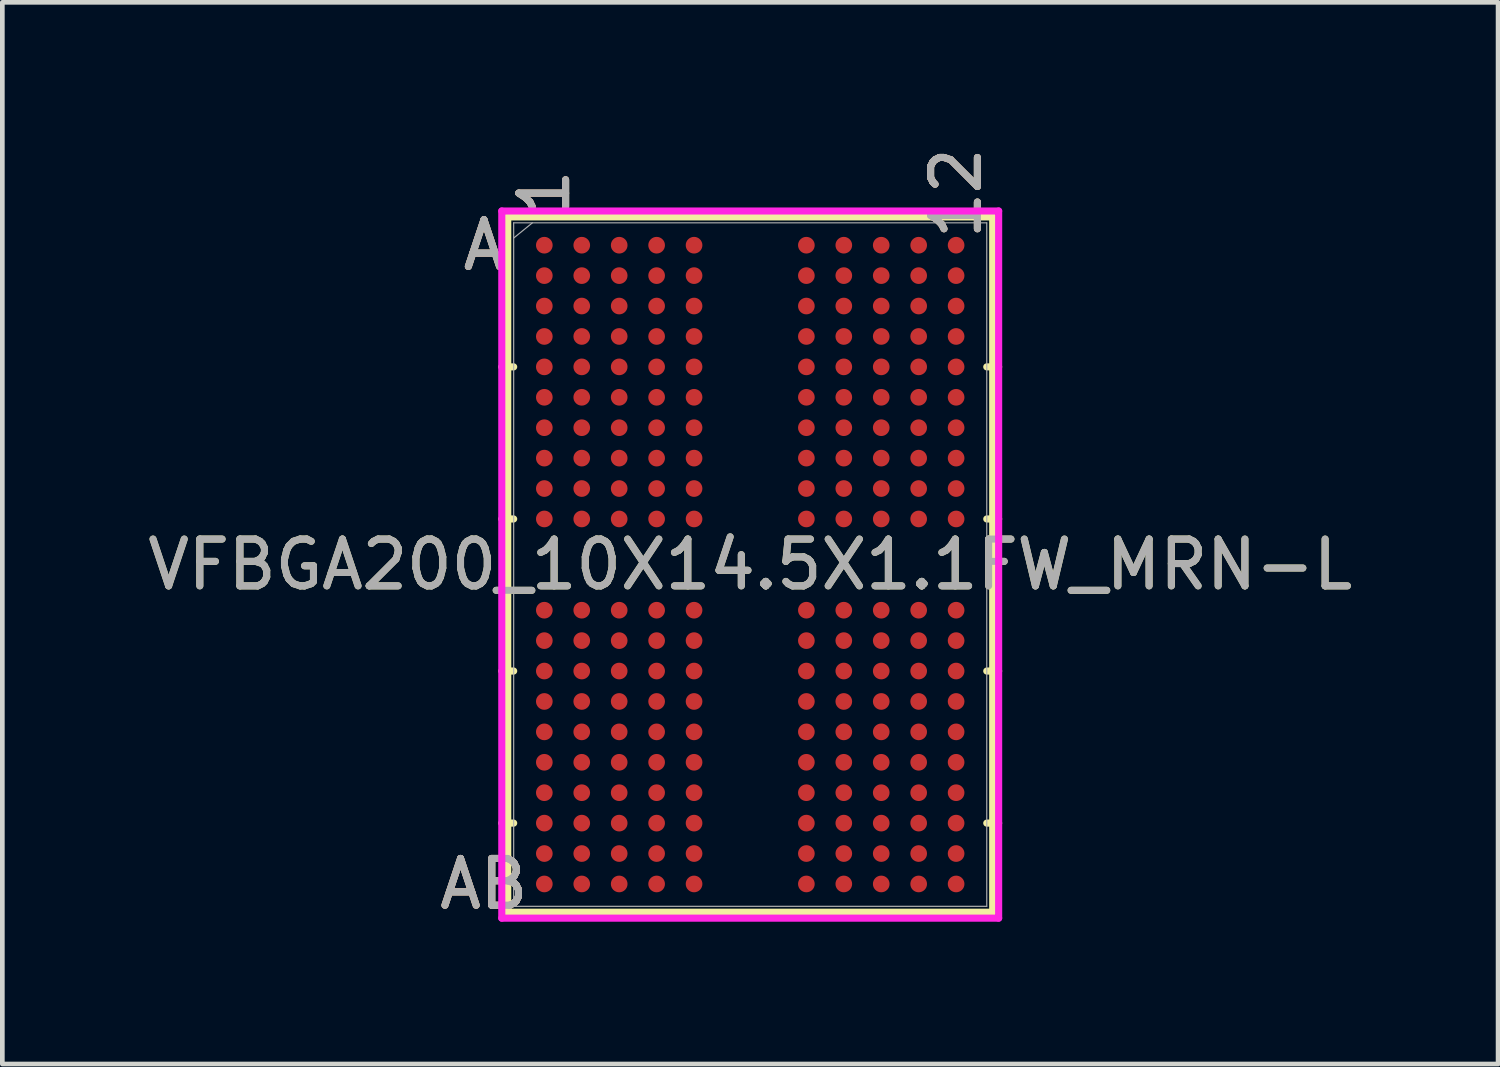
<source format=kicad_pcb>
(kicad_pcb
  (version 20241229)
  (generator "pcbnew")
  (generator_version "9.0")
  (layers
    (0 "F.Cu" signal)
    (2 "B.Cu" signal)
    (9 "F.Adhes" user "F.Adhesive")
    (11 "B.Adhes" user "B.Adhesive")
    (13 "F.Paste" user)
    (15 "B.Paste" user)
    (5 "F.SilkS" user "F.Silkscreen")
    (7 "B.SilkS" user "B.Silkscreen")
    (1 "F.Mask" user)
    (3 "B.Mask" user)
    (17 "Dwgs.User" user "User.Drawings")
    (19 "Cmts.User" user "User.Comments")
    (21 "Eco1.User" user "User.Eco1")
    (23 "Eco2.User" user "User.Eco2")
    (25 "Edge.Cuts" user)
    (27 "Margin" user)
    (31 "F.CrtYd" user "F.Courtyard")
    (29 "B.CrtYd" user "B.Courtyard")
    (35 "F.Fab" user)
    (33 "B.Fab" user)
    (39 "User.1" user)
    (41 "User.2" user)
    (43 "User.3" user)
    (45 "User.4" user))
  (footprint "VFBGA200_10X14.5X1.1FW_MRN-L"
    (layer "F.Cu")
    (at 12.982 9.015)
    (property "Reference" "VFBGA200_10X14.5X1.1FW_MRN-L" (at 0 0 0) (unlocked yes) (layer "F.SilkS") (effects (font (size 1 1) (thickness 0.15))))
    (attr smd)
    (fp_line (start -5.182 -7.429) (end -5.182 7.429) (stroke (width 0.152) (type solid)) (layer "F.SilkS"))
    (fp_line (start -5.182 7.429) (end 5.182 7.429) (stroke (width 0.152) (type solid)) (layer "F.SilkS"))
    (fp_line (start -5.055 -4.225) (end -5.309 -4.225) (stroke (width 0.152) (type solid)) (layer "F.SilkS"))
    (fp_line (start -5.055 -0.975) (end -5.309 -0.975) (stroke (width 0.152) (type solid)) (layer "F.SilkS"))
    (fp_line (start -5.055 2.275) (end -5.309 2.275) (stroke (width 0.152) (type solid)) (layer "F.SilkS"))
    (fp_line (start -5.055 5.525) (end -5.309 5.525) (stroke (width 0.152) (type solid)) (layer "F.SilkS"))
    (fp_line (start 5.055 -4.225) (end 5.309 -4.225) (stroke (width 0.152) (type solid)) (layer "F.SilkS"))
    (fp_line (start 5.055 -0.975) (end 5.309 -0.975) (stroke (width 0.152) (type solid)) (layer "F.SilkS"))
    (fp_line (start 5.055 2.275) (end 5.309 2.275) (stroke (width 0.152) (type solid)) (layer "F.SilkS"))
    (fp_line (start 5.055 5.525) (end 5.309 5.525) (stroke (width 0.152) (type solid)) (layer "F.SilkS"))
    (fp_line (start 5.182 -7.429) (end -5.182 -7.429) (stroke (width 0.152) (type solid)) (layer "F.SilkS"))
    (fp_line (start 5.182 7.429) (end 5.182 -7.429) (stroke (width 0.152) (type solid)) (layer "F.SilkS"))
    (fp_poly (pts (xy -5.245 -7.595) (xy 5.245 -7.595) (xy 5.245 7.595) (xy -5.245 7.595)) (stroke (width 0.1) (type solid)) (fill no) (layer "Eco2.User"))
    (fp_line (start -5.309 -7.556) (end 5.309 -7.556) (stroke (width 0.152) (type solid)) (layer "F.CrtYd"))
    (fp_line (start -5.309 7.556) (end -5.309 -7.556) (stroke (width 0.152) (type solid)) (layer "F.CrtYd"))
    (fp_line (start 5.309 -7.556) (end 5.309 7.556) (stroke (width 0.152) (type solid)) (layer "F.CrtYd"))
    (fp_line (start 5.309 7.556) (end -5.309 7.556) (stroke (width 0.152) (type solid)) (layer "F.CrtYd"))
    (fp_line (start -5.055 -7.303) (end -5.055 7.303) (stroke (width 0.025) (type solid)) (layer "F.Fab"))
    (fp_line (start -5.055 7.303) (end 5.055 7.303) (stroke (width 0.025) (type solid)) (layer "F.Fab"))
    (fp_line (start -4.655 -7.303) (end -5.055 -6.978) (stroke (width 0.025) (type solid)) (layer "F.Fab"))
    (fp_line (start 5.055 -7.303) (end -5.055 -7.303) (stroke (width 0.025) (type solid)) (layer "F.Fab"))
    (fp_line (start 5.055 7.303) (end 5.055 -7.303) (stroke (width 0.025) (type solid)) (layer "F.Fab"))
    (fp_text user "1" (at -4.4 -7.938 90) (unlocked yes) (layer "F.SilkS") (effects (font (size 1 1) (thickness 0.15))))
    (fp_text user "A" (at -5.69 -6.825 0) (unlocked yes) (layer "F.SilkS") (effects (font (size 1 1) (thickness 0.15))))
    (fp_text user "AB" (at -5.69 6.825 0) (unlocked yes) (layer "F.SilkS") (effects (font (size 1 1) (thickness 0.15))))
    (fp_text user "12" (at 4.4 -7.938 90) (unlocked yes) (layer "F.SilkS") (effects (font (size 1 1) (thickness 0.15))))
    (fp_text user "1" (at -4.4 -7.938 90) (unlocked yes) (layer "B.SilkS") (effects (font (size 1 1) (thickness 0.15))))
    (fp_text user "A" (at -5.69 -6.825 0) (unlocked yes) (layer "B.SilkS") (effects (font (size 1 1) (thickness 0.15))))
    (fp_text user "AB" (at -5.69 6.825 0) (unlocked yes) (layer "B.SilkS") (effects (font (size 1 1) (thickness 0.15))))
    (fp_text user "12" (at 4.4 -7.938 90) (unlocked yes) (layer "B.SilkS") (effects (font (size 1 1) (thickness 0.15))))
    (fp_text user "12" (at 4.4 -7.938 90) (unlocked yes) (layer "F.Fab") (effects (font (size 1 1) (thickness 0.15))))
    (fp_text user "1" (at -4.4 -7.938 90) (unlocked yes) (layer "F.Fab") (effects (font (size 1 1) (thickness 0.15))))
    (fp_text user "AB" (at -5.69 6.825 0) (unlocked yes) (layer "F.Fab") (effects (font (size 1 1) (thickness 0.15))))
    (fp_text user "A" (at -5.69 -6.825 0) (unlocked yes) (layer "F.Fab") (effects (font (size 1 1) (thickness 0.15))))
    (fp_text user "${REFERENCE}" (at 0 0 0) (unlocked yes) (layer "F.Fab") (effects (font (size 1 1) (thickness 0.15))))
    (pad "A1" smd circle (at -4.4 -6.825) (size 0.356 0.356) (layers "F.Cu" "F.Mask" "F.Paste"))
    (pad "A2" smd circle (at -3.6 -6.825) (size 0.356 0.356) (layers "F.Cu" "F.Mask" "F.Paste"))
    (pad "A3" smd circle (at -2.8 -6.825) (size 0.356 0.356) (layers "F.Cu" "F.Mask" "F.Paste"))
    (pad "A4" smd circle (at -2 -6.825) (size 0.356 0.356) (layers "F.Cu" "F.Mask" "F.Paste"))
    (pad "A5" smd circle (at -1.2 -6.825) (size 0.356 0.356) (layers "F.Cu" "F.Mask" "F.Paste"))
    (pad "A8" smd circle (at 1.2 -6.825) (size 0.356 0.356) (layers "F.Cu" "F.Mask" "F.Paste"))
    (pad "A9" smd circle (at 2 -6.825) (size 0.356 0.356) (layers "F.Cu" "F.Mask" "F.Paste"))
    (pad "A10" smd circle (at 2.8 -6.825) (size 0.356 0.356) (layers "F.Cu" "F.Mask" "F.Paste"))
    (pad "A11" smd circle (at 3.6 -6.825) (size 0.356 0.356) (layers "F.Cu" "F.Mask" "F.Paste"))
    (pad "A12" smd circle (at 4.4 -6.825) (size 0.356 0.356) (layers "F.Cu" "F.Mask" "F.Paste"))
    (pad "AA1" smd circle (at -4.4 6.175) (size 0.356 0.356) (layers "F.Cu" "F.Mask" "F.Paste"))
    (pad "AA2" smd circle (at -3.6 6.175) (size 0.356 0.356) (layers "F.Cu" "F.Mask" "F.Paste"))
    (pad "AA3" smd circle (at -2.8 6.175) (size 0.356 0.356) (layers "F.Cu" "F.Mask" "F.Paste"))
    (pad "AA4" smd circle (at -2 6.175) (size 0.356 0.356) (layers "F.Cu" "F.Mask" "F.Paste"))
    (pad "AA5" smd circle (at -1.2 6.175) (size 0.356 0.356) (layers "F.Cu" "F.Mask" "F.Paste"))
    (pad "AA8" smd circle (at 1.2 6.175) (size 0.356 0.356) (layers "F.Cu" "F.Mask" "F.Paste"))
    (pad "AA9" smd circle (at 2 6.175) (size 0.356 0.356) (layers "F.Cu" "F.Mask" "F.Paste"))
    (pad "AA10" smd circle (at 2.8 6.175) (size 0.356 0.356) (layers "F.Cu" "F.Mask" "F.Paste"))
    (pad "AA11" smd circle (at 3.6 6.175) (size 0.356 0.356) (layers "F.Cu" "F.Mask" "F.Paste"))
    (pad "AA12" smd circle (at 4.4 6.175) (size 0.356 0.356) (layers "F.Cu" "F.Mask" "F.Paste"))
    (pad "AB1" smd circle (at -4.4 6.825) (size 0.356 0.356) (layers "F.Cu" "F.Mask" "F.Paste"))
    (pad "AB2" smd circle (at -3.6 6.825) (size 0.356 0.356) (layers "F.Cu" "F.Mask" "F.Paste"))
    (pad "AB3" smd circle (at -2.8 6.825) (size 0.356 0.356) (layers "F.Cu" "F.Mask" "F.Paste"))
    (pad "AB4" smd circle (at -2 6.825) (size 0.356 0.356) (layers "F.Cu" "F.Mask" "F.Paste"))
    (pad "AB5" smd circle (at -1.2 6.825) (size 0.356 0.356) (layers "F.Cu" "F.Mask" "F.Paste"))
    (pad "AB8" smd circle (at 1.2 6.825) (size 0.356 0.356) (layers "F.Cu" "F.Mask" "F.Paste"))
    (pad "AB9" smd circle (at 2 6.825) (size 0.356 0.356) (layers "F.Cu" "F.Mask" "F.Paste"))
    (pad "AB10" smd circle (at 2.8 6.825) (size 0.356 0.356) (layers "F.Cu" "F.Mask" "F.Paste"))
    (pad "AB11" smd circle (at 3.6 6.825) (size 0.356 0.356) (layers "F.Cu" "F.Mask" "F.Paste"))
    (pad "AB12" smd circle (at 4.4 6.825) (size 0.356 0.356) (layers "F.Cu" "F.Mask" "F.Paste"))
    (pad "B1" smd circle (at -4.4 -6.175) (size 0.356 0.356) (layers "F.Cu" "F.Mask" "F.Paste"))
    (pad "B2" smd circle (at -3.6 -6.175) (size 0.356 0.356) (layers "F.Cu" "F.Mask" "F.Paste"))
    (pad "B3" smd circle (at -2.8 -6.175) (size 0.356 0.356) (layers "F.Cu" "F.Mask" "F.Paste"))
    (pad "B4" smd circle (at -2 -6.175) (size 0.356 0.356) (layers "F.Cu" "F.Mask" "F.Paste"))
    (pad "B5" smd circle (at -1.2 -6.175) (size 0.356 0.356) (layers "F.Cu" "F.Mask" "F.Paste"))
    (pad "B8" smd circle (at 1.2 -6.175) (size 0.356 0.356) (layers "F.Cu" "F.Mask" "F.Paste"))
    (pad "B9" smd circle (at 2 -6.175) (size 0.356 0.356) (layers "F.Cu" "F.Mask" "F.Paste"))
    (pad "B10" smd circle (at 2.8 -6.175) (size 0.356 0.356) (layers "F.Cu" "F.Mask" "F.Paste"))
    (pad "B11" smd circle (at 3.6 -6.175) (size 0.356 0.356) (layers "F.Cu" "F.Mask" "F.Paste"))
    (pad "B12" smd circle (at 4.4 -6.175) (size 0.356 0.356) (layers "F.Cu" "F.Mask" "F.Paste"))
    (pad "C1" smd circle (at -4.4 -5.525) (size 0.356 0.356) (layers "F.Cu" "F.Mask" "F.Paste"))
    (pad "C2" smd circle (at -3.6 -5.525) (size 0.356 0.356) (layers "F.Cu" "F.Mask" "F.Paste"))
    (pad "C3" smd circle (at -2.8 -5.525) (size 0.356 0.356) (layers "F.Cu" "F.Mask" "F.Paste"))
    (pad "C4" smd circle (at -2 -5.525) (size 0.356 0.356) (layers "F.Cu" "F.Mask" "F.Paste"))
    (pad "C5" smd circle (at -1.2 -5.525) (size 0.356 0.356) (layers "F.Cu" "F.Mask" "F.Paste"))
    (pad "C8" smd circle (at 1.2 -5.525) (size 0.356 0.356) (layers "F.Cu" "F.Mask" "F.Paste"))
    (pad "C9" smd circle (at 2 -5.525) (size 0.356 0.356) (layers "F.Cu" "F.Mask" "F.Paste"))
    (pad "C10" smd circle (at 2.8 -5.525) (size 0.356 0.356) (layers "F.Cu" "F.Mask" "F.Paste"))
    (pad "C11" smd circle (at 3.6 -5.525) (size 0.356 0.356) (layers "F.Cu" "F.Mask" "F.Paste"))
    (pad "C12" smd circle (at 4.4 -5.525) (size 0.356 0.356) (layers "F.Cu" "F.Mask" "F.Paste"))
    (pad "D1" smd circle (at -4.4 -4.875) (size 0.356 0.356) (layers "F.Cu" "F.Mask" "F.Paste"))
    (pad "D2" smd circle (at -3.6 -4.875) (size 0.356 0.356) (layers "F.Cu" "F.Mask" "F.Paste"))
    (pad "D3" smd circle (at -2.8 -4.875) (size 0.356 0.356) (layers "F.Cu" "F.Mask" "F.Paste"))
    (pad "D4" smd circle (at -2 -4.875) (size 0.356 0.356) (layers "F.Cu" "F.Mask" "F.Paste"))
    (pad "D5" smd circle (at -1.2 -4.875) (size 0.356 0.356) (layers "F.Cu" "F.Mask" "F.Paste"))
    (pad "D8" smd circle (at 1.2 -4.875) (size 0.356 0.356) (layers "F.Cu" "F.Mask" "F.Paste"))
    (pad "D9" smd circle (at 2 -4.875) (size 0.356 0.356) (layers "F.Cu" "F.Mask" "F.Paste"))
    (pad "D10" smd circle (at 2.8 -4.875) (size 0.356 0.356) (layers "F.Cu" "F.Mask" "F.Paste"))
    (pad "D11" smd circle (at 3.6 -4.875) (size 0.356 0.356) (layers "F.Cu" "F.Mask" "F.Paste"))
    (pad "D12" smd circle (at 4.4 -4.875) (size 0.356 0.356) (layers "F.Cu" "F.Mask" "F.Paste"))
    (pad "E1" smd circle (at -4.4 -4.225) (size 0.356 0.356) (layers "F.Cu" "F.Mask" "F.Paste"))
    (pad "E2" smd circle (at -3.6 -4.225) (size 0.356 0.356) (layers "F.Cu" "F.Mask" "F.Paste"))
    (pad "E3" smd circle (at -2.8 -4.225) (size 0.356 0.356) (layers "F.Cu" "F.Mask" "F.Paste"))
    (pad "E4" smd circle (at -2 -4.225) (size 0.356 0.356) (layers "F.Cu" "F.Mask" "F.Paste"))
    (pad "E5" smd circle (at -1.2 -4.225) (size 0.356 0.356) (layers "F.Cu" "F.Mask" "F.Paste"))
    (pad "E8" smd circle (at 1.2 -4.225) (size 0.356 0.356) (layers "F.Cu" "F.Mask" "F.Paste"))
    (pad "E9" smd circle (at 2 -4.225) (size 0.356 0.356) (layers "F.Cu" "F.Mask" "F.Paste"))
    (pad "E10" smd circle (at 2.8 -4.225) (size 0.356 0.356) (layers "F.Cu" "F.Mask" "F.Paste"))
    (pad "E11" smd circle (at 3.6 -4.225) (size 0.356 0.356) (layers "F.Cu" "F.Mask" "F.Paste"))
    (pad "E12" smd circle (at 4.4 -4.225) (size 0.356 0.356) (layers "F.Cu" "F.Mask" "F.Paste"))
    (pad "F1" smd circle (at -4.4 -3.575) (size 0.356 0.356) (layers "F.Cu" "F.Mask" "F.Paste"))
    (pad "F2" smd circle (at -3.6 -3.575) (size 0.356 0.356) (layers "F.Cu" "F.Mask" "F.Paste"))
    (pad "F3" smd circle (at -2.8 -3.575) (size 0.356 0.356) (layers "F.Cu" "F.Mask" "F.Paste"))
    (pad "F4" smd circle (at -2 -3.575) (size 0.356 0.356) (layers "F.Cu" "F.Mask" "F.Paste"))
    (pad "F5" smd circle (at -1.2 -3.575) (size 0.356 0.356) (layers "F.Cu" "F.Mask" "F.Paste"))
    (pad "F8" smd circle (at 1.2 -3.575) (size 0.356 0.356) (layers "F.Cu" "F.Mask" "F.Paste"))
    (pad "F9" smd circle (at 2 -3.575) (size 0.356 0.356) (layers "F.Cu" "F.Mask" "F.Paste"))
    (pad "F10" smd circle (at 2.8 -3.575) (size 0.356 0.356) (layers "F.Cu" "F.Mask" "F.Paste"))
    (pad "F11" smd circle (at 3.6 -3.575) (size 0.356 0.356) (layers "F.Cu" "F.Mask" "F.Paste"))
    (pad "F12" smd circle (at 4.4 -3.575) (size 0.356 0.356) (layers "F.Cu" "F.Mask" "F.Paste"))
    (pad "G1" smd circle (at -4.4 -2.925) (size 0.356 0.356) (layers "F.Cu" "F.Mask" "F.Paste"))
    (pad "G2" smd circle (at -3.6 -2.925) (size 0.356 0.356) (layers "F.Cu" "F.Mask" "F.Paste"))
    (pad "G3" smd circle (at -2.8 -2.925) (size 0.356 0.356) (layers "F.Cu" "F.Mask" "F.Paste"))
    (pad "G4" smd circle (at -2 -2.925) (size 0.356 0.356) (layers "F.Cu" "F.Mask" "F.Paste"))
    (pad "G5" smd circle (at -1.2 -2.925) (size 0.356 0.356) (layers "F.Cu" "F.Mask" "F.Paste"))
    (pad "G8" smd circle (at 1.2 -2.925) (size 0.356 0.356) (layers "F.Cu" "F.Mask" "F.Paste"))
    (pad "G9" smd circle (at 2 -2.925) (size 0.356 0.356) (layers "F.Cu" "F.Mask" "F.Paste"))
    (pad "G10" smd circle (at 2.8 -2.925) (size 0.356 0.356) (layers "F.Cu" "F.Mask" "F.Paste"))
    (pad "G11" smd circle (at 3.6 -2.925) (size 0.356 0.356) (layers "F.Cu" "F.Mask" "F.Paste"))
    (pad "G12" smd circle (at 4.4 -2.925) (size 0.356 0.356) (layers "F.Cu" "F.Mask" "F.Paste"))
    (pad "H1" smd circle (at -4.4 -2.275) (size 0.356 0.356) (layers "F.Cu" "F.Mask" "F.Paste"))
    (pad "H2" smd circle (at -3.6 -2.275) (size 0.356 0.356) (layers "F.Cu" "F.Mask" "F.Paste"))
    (pad "H3" smd circle (at -2.8 -2.275) (size 0.356 0.356) (layers "F.Cu" "F.Mask" "F.Paste"))
    (pad "H4" smd circle (at -2 -2.275) (size 0.356 0.356) (layers "F.Cu" "F.Mask" "F.Paste"))
    (pad "H5" smd circle (at -1.2 -2.275) (size 0.356 0.356) (layers "F.Cu" "F.Mask" "F.Paste"))
    (pad "H8" smd circle (at 1.2 -2.275) (size 0.356 0.356) (layers "F.Cu" "F.Mask" "F.Paste"))
    (pad "H9" smd circle (at 2 -2.275) (size 0.356 0.356) (layers "F.Cu" "F.Mask" "F.Paste"))
    (pad "H10" smd circle (at 2.8 -2.275) (size 0.356 0.356) (layers "F.Cu" "F.Mask" "F.Paste"))
    (pad "H11" smd circle (at 3.6 -2.275) (size 0.356 0.356) (layers "F.Cu" "F.Mask" "F.Paste"))
    (pad "H12" smd circle (at 4.4 -2.275) (size 0.356 0.356) (layers "F.Cu" "F.Mask" "F.Paste"))
    (pad "J1" smd circle (at -4.4 -1.625) (size 0.356 0.356) (layers "F.Cu" "F.Mask" "F.Paste"))
    (pad "J2" smd circle (at -3.6 -1.625) (size 0.356 0.356) (layers "F.Cu" "F.Mask" "F.Paste"))
    (pad "J3" smd circle (at -2.8 -1.625) (size 0.356 0.356) (layers "F.Cu" "F.Mask" "F.Paste"))
    (pad "J4" smd circle (at -2 -1.625) (size 0.356 0.356) (layers "F.Cu" "F.Mask" "F.Paste"))
    (pad "J5" smd circle (at -1.2 -1.625) (size 0.356 0.356) (layers "F.Cu" "F.Mask" "F.Paste"))
    (pad "J8" smd circle (at 1.2 -1.625) (size 0.356 0.356) (layers "F.Cu" "F.Mask" "F.Paste"))
    (pad "J9" smd circle (at 2 -1.625) (size 0.356 0.356) (layers "F.Cu" "F.Mask" "F.Paste"))
    (pad "J10" smd circle (at 2.8 -1.625) (size 0.356 0.356) (layers "F.Cu" "F.Mask" "F.Paste"))
    (pad "J11" smd circle (at 3.6 -1.625) (size 0.356 0.356) (layers "F.Cu" "F.Mask" "F.Paste"))
    (pad "J12" smd circle (at 4.4 -1.625) (size 0.356 0.356) (layers "F.Cu" "F.Mask" "F.Paste"))
    (pad "K1" smd circle (at -4.4 -0.975) (size 0.356 0.356) (layers "F.Cu" "F.Mask" "F.Paste"))
    (pad "K2" smd circle (at -3.6 -0.975) (size 0.356 0.356) (layers "F.Cu" "F.Mask" "F.Paste"))
    (pad "K3" smd circle (at -2.8 -0.975) (size 0.356 0.356) (layers "F.Cu" "F.Mask" "F.Paste"))
    (pad "K4" smd circle (at -2 -0.975) (size 0.356 0.356) (layers "F.Cu" "F.Mask" "F.Paste"))
    (pad "K5" smd circle (at -1.2 -0.975) (size 0.356 0.356) (layers "F.Cu" "F.Mask" "F.Paste"))
    (pad "K8" smd circle (at 1.2 -0.975) (size 0.356 0.356) (layers "F.Cu" "F.Mask" "F.Paste"))
    (pad "K9" smd circle (at 2 -0.975) (size 0.356 0.356) (layers "F.Cu" "F.Mask" "F.Paste"))
    (pad "K10" smd circle (at 2.8 -0.975) (size 0.356 0.356) (layers "F.Cu" "F.Mask" "F.Paste"))
    (pad "K11" smd circle (at 3.6 -0.975) (size 0.356 0.356) (layers "F.Cu" "F.Mask" "F.Paste"))
    (pad "K12" smd circle (at 4.4 -0.975) (size 0.356 0.356) (layers "F.Cu" "F.Mask" "F.Paste"))
    (pad "N1" smd circle (at -4.4 0.975) (size 0.356 0.356) (layers "F.Cu" "F.Mask" "F.Paste"))
    (pad "N2" smd circle (at -3.6 0.975) (size 0.356 0.356) (layers "F.Cu" "F.Mask" "F.Paste"))
    (pad "N3" smd circle (at -2.8 0.975) (size 0.356 0.356) (layers "F.Cu" "F.Mask" "F.Paste"))
    (pad "N4" smd circle (at -2 0.975) (size 0.356 0.356) (layers "F.Cu" "F.Mask" "F.Paste"))
    (pad "N5" smd circle (at -1.2 0.975) (size 0.356 0.356) (layers "F.Cu" "F.Mask" "F.Paste"))
    (pad "N8" smd circle (at 1.2 0.975) (size 0.356 0.356) (layers "F.Cu" "F.Mask" "F.Paste"))
    (pad "N9" smd circle (at 2 0.975) (size 0.356 0.356) (layers "F.Cu" "F.Mask" "F.Paste"))
    (pad "N10" smd circle (at 2.8 0.975) (size 0.356 0.356) (layers "F.Cu" "F.Mask" "F.Paste"))
    (pad "N11" smd circle (at 3.6 0.975) (size 0.356 0.356) (layers "F.Cu" "F.Mask" "F.Paste"))
    (pad "N12" smd circle (at 4.4 0.975) (size 0.356 0.356) (layers "F.Cu" "F.Mask" "F.Paste"))
    (pad "P1" smd circle (at -4.4 1.625) (size 0.356 0.356) (layers "F.Cu" "F.Mask" "F.Paste"))
    (pad "P2" smd circle (at -3.6 1.625) (size 0.356 0.356) (layers "F.Cu" "F.Mask" "F.Paste"))
    (pad "P3" smd circle (at -2.8 1.625) (size 0.356 0.356) (layers "F.Cu" "F.Mask" "F.Paste"))
    (pad "P4" smd circle (at -2 1.625) (size 0.356 0.356) (layers "F.Cu" "F.Mask" "F.Paste"))
    (pad "P5" smd circle (at -1.2 1.625) (size 0.356 0.356) (layers "F.Cu" "F.Mask" "F.Paste"))
    (pad "P8" smd circle (at 1.2 1.625) (size 0.356 0.356) (layers "F.Cu" "F.Mask" "F.Paste"))
    (pad "P9" smd circle (at 2 1.625) (size 0.356 0.356) (layers "F.Cu" "F.Mask" "F.Paste"))
    (pad "P10" smd circle (at 2.8 1.625) (size 0.356 0.356) (layers "F.Cu" "F.Mask" "F.Paste"))
    (pad "P11" smd circle (at 3.6 1.625) (size 0.356 0.356) (layers "F.Cu" "F.Mask" "F.Paste"))
    (pad "P12" smd circle (at 4.4 1.625) (size 0.356 0.356) (layers "F.Cu" "F.Mask" "F.Paste"))
    (pad "R1" smd circle (at -4.4 2.275) (size 0.356 0.356) (layers "F.Cu" "F.Mask" "F.Paste"))
    (pad "R2" smd circle (at -3.6 2.275) (size 0.356 0.356) (layers "F.Cu" "F.Mask" "F.Paste"))
    (pad "R3" smd circle (at -2.8 2.275) (size 0.356 0.356) (layers "F.Cu" "F.Mask" "F.Paste"))
    (pad "R4" smd circle (at -2 2.275) (size 0.356 0.356) (layers "F.Cu" "F.Mask" "F.Paste"))
    (pad "R5" smd circle (at -1.2 2.275) (size 0.356 0.356) (layers "F.Cu" "F.Mask" "F.Paste"))
    (pad "R8" smd circle (at 1.2 2.275) (size 0.356 0.356) (layers "F.Cu" "F.Mask" "F.Paste"))
    (pad "R9" smd circle (at 2 2.275) (size 0.356 0.356) (layers "F.Cu" "F.Mask" "F.Paste"))
    (pad "R10" smd circle (at 2.8 2.275) (size 0.356 0.356) (layers "F.Cu" "F.Mask" "F.Paste"))
    (pad "R11" smd circle (at 3.6 2.275) (size 0.356 0.356) (layers "F.Cu" "F.Mask" "F.Paste"))
    (pad "R12" smd circle (at 4.4 2.275) (size 0.356 0.356) (layers "F.Cu" "F.Mask" "F.Paste"))
    (pad "T1" smd circle (at -4.4 2.925) (size 0.356 0.356) (layers "F.Cu" "F.Mask" "F.Paste"))
    (pad "T2" smd circle (at -3.6 2.925) (size 0.356 0.356) (layers "F.Cu" "F.Mask" "F.Paste"))
    (pad "T3" smd circle (at -2.8 2.925) (size 0.356 0.356) (layers "F.Cu" "F.Mask" "F.Paste"))
    (pad "T4" smd circle (at -2 2.925) (size 0.356 0.356) (layers "F.Cu" "F.Mask" "F.Paste"))
    (pad "T5" smd circle (at -1.2 2.925) (size 0.356 0.356) (layers "F.Cu" "F.Mask" "F.Paste"))
    (pad "T8" smd circle (at 1.2 2.925) (size 0.356 0.356) (layers "F.Cu" "F.Mask" "F.Paste"))
    (pad "T9" smd circle (at 2 2.925) (size 0.356 0.356) (layers "F.Cu" "F.Mask" "F.Paste"))
    (pad "T10" smd circle (at 2.8 2.925) (size 0.356 0.356) (layers "F.Cu" "F.Mask" "F.Paste"))
    (pad "T11" smd circle (at 3.6 2.925) (size 0.356 0.356) (layers "F.Cu" "F.Mask" "F.Paste"))
    (pad "T12" smd circle (at 4.4 2.925) (size 0.356 0.356) (layers "F.Cu" "F.Mask" "F.Paste"))
    (pad "U1" smd circle (at -4.4 3.575) (size 0.356 0.356) (layers "F.Cu" "F.Mask" "F.Paste"))
    (pad "U2" smd circle (at -3.6 3.575) (size 0.356 0.356) (layers "F.Cu" "F.Mask" "F.Paste"))
    (pad "U3" smd circle (at -2.8 3.575) (size 0.356 0.356) (layers "F.Cu" "F.Mask" "F.Paste"))
    (pad "U4" smd circle (at -2 3.575) (size 0.356 0.356) (layers "F.Cu" "F.Mask" "F.Paste"))
    (pad "U5" smd circle (at -1.2 3.575) (size 0.356 0.356) (layers "F.Cu" "F.Mask" "F.Paste"))
    (pad "U8" smd circle (at 1.2 3.575) (size 0.356 0.356) (layers "F.Cu" "F.Mask" "F.Paste"))
    (pad "U9" smd circle (at 2 3.575) (size 0.356 0.356) (layers "F.Cu" "F.Mask" "F.Paste"))
    (pad "U10" smd circle (at 2.8 3.575) (size 0.356 0.356) (layers "F.Cu" "F.Mask" "F.Paste"))
    (pad "U11" smd circle (at 3.6 3.575) (size 0.356 0.356) (layers "F.Cu" "F.Mask" "F.Paste"))
    (pad "U12" smd circle (at 4.4 3.575) (size 0.356 0.356) (layers "F.Cu" "F.Mask" "F.Paste"))
    (pad "V1" smd circle (at -4.4 4.225) (size 0.356 0.356) (layers "F.Cu" "F.Mask" "F.Paste"))
    (pad "V2" smd circle (at -3.6 4.225) (size 0.356 0.356) (layers "F.Cu" "F.Mask" "F.Paste"))
    (pad "V3" smd circle (at -2.8 4.225) (size 0.356 0.356) (layers "F.Cu" "F.Mask" "F.Paste"))
    (pad "V4" smd circle (at -2 4.225) (size 0.356 0.356) (layers "F.Cu" "F.Mask" "F.Paste"))
    (pad "V5" smd circle (at -1.2 4.225) (size 0.356 0.356) (layers "F.Cu" "F.Mask" "F.Paste"))
    (pad "V8" smd circle (at 1.2 4.225) (size 0.356 0.356) (layers "F.Cu" "F.Mask" "F.Paste"))
    (pad "V9" smd circle (at 2 4.225) (size 0.356 0.356) (layers "F.Cu" "F.Mask" "F.Paste"))
    (pad "V10" smd circle (at 2.8 4.225) (size 0.356 0.356) (layers "F.Cu" "F.Mask" "F.Paste"))
    (pad "V11" smd circle (at 3.6 4.225) (size 0.356 0.356) (layers "F.Cu" "F.Mask" "F.Paste"))
    (pad "V12" smd circle (at 4.4 4.225) (size 0.356 0.356) (layers "F.Cu" "F.Mask" "F.Paste"))
    (pad "W1" smd circle (at -4.4 4.875) (size 0.356 0.356) (layers "F.Cu" "F.Mask" "F.Paste"))
    (pad "W2" smd circle (at -3.6 4.875) (size 0.356 0.356) (layers "F.Cu" "F.Mask" "F.Paste"))
    (pad "W3" smd circle (at -2.8 4.875) (size 0.356 0.356) (layers "F.Cu" "F.Mask" "F.Paste"))
    (pad "W4" smd circle (at -2 4.875) (size 0.356 0.356) (layers "F.Cu" "F.Mask" "F.Paste"))
    (pad "W5" smd circle (at -1.2 4.875) (size 0.356 0.356) (layers "F.Cu" "F.Mask" "F.Paste"))
    (pad "W8" smd circle (at 1.2 4.875) (size 0.356 0.356) (layers "F.Cu" "F.Mask" "F.Paste"))
    (pad "W9" smd circle (at 2 4.875) (size 0.356 0.356) (layers "F.Cu" "F.Mask" "F.Paste"))
    (pad "W10" smd circle (at 2.8 4.875) (size 0.356 0.356) (layers "F.Cu" "F.Mask" "F.Paste"))
    (pad "W11" smd circle (at 3.6 4.875) (size 0.356 0.356) (layers "F.Cu" "F.Mask" "F.Paste"))
    (pad "W12" smd circle (at 4.4 4.875) (size 0.356 0.356) (layers "F.Cu" "F.Mask" "F.Paste"))
    (pad "Y1" smd circle (at -4.4 5.525) (size 0.356 0.356) (layers "F.Cu" "F.Mask" "F.Paste"))
    (pad "Y2" smd circle (at -3.6 5.525) (size 0.356 0.356) (layers "F.Cu" "F.Mask" "F.Paste"))
    (pad "Y3" smd circle (at -2.8 5.525) (size 0.356 0.356) (layers "F.Cu" "F.Mask" "F.Paste"))
    (pad "Y4" smd circle (at -2 5.525) (size 0.356 0.356) (layers "F.Cu" "F.Mask" "F.Paste"))
    (pad "Y5" smd circle (at -1.2 5.525) (size 0.356 0.356) (layers "F.Cu" "F.Mask" "F.Paste"))
    (pad "Y8" smd circle (at 1.2 5.525) (size 0.356 0.356) (layers "F.Cu" "F.Mask" "F.Paste"))
    (pad "Y9" smd circle (at 2 5.525) (size 0.356 0.356) (layers "F.Cu" "F.Mask" "F.Paste"))
    (pad "Y10" smd circle (at 2.8 5.525) (size 0.356 0.356) (layers "F.Cu" "F.Mask" "F.Paste"))
    (pad "Y11" smd circle (at 3.6 5.525) (size 0.356 0.356) (layers "F.Cu" "F.Mask" "F.Paste"))
    (pad "Y12" smd circle (at 4.4 5.525) (size 0.356 0.356) (layers "F.Cu" "F.Mask" "F.Paste")))
  (gr_rect
    (start -3 -3)
    (end 28.964 19.688)
    (stroke (width 0.1) (type default))
    (fill no)
    (layer "Edge.Cuts")))
</source>
